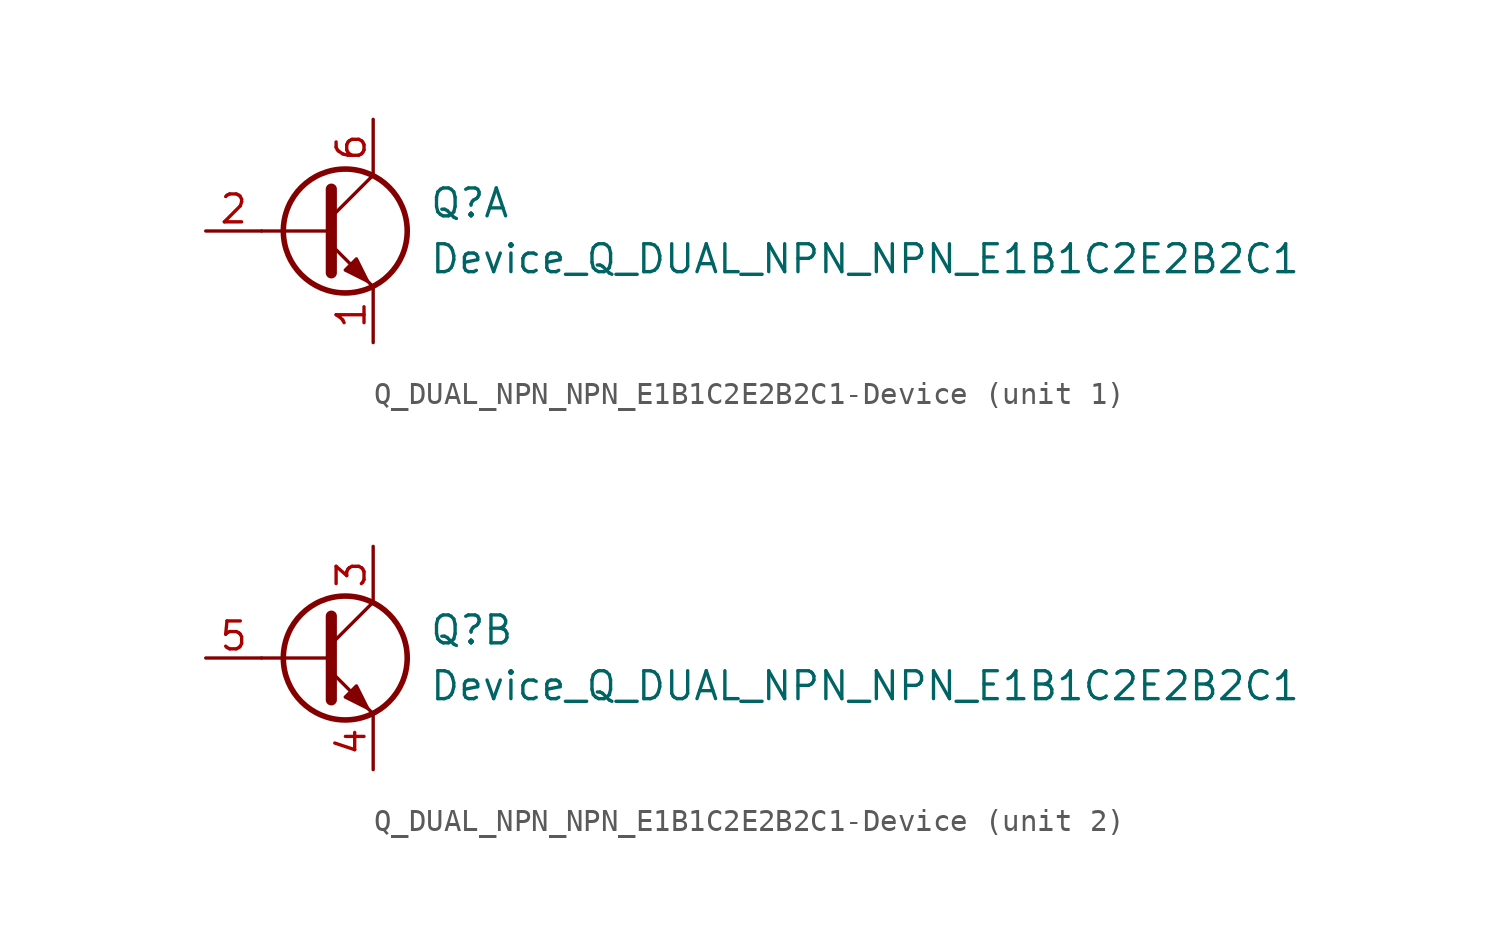
<source format=kicad_sym>
(kicad_symbol_lib
  (version 20231120)
  (generator "kicad_symbol_editor")
  (generator_version "8.0")
  (symbol "Q_DUAL_NPN_NPN_E1B1C2E2B2C1-Device"
    (pin_names
      (offset 0) hide)
    (property "Reference" "Q"
      (at 5.08 1.27 0)
      (effects (font (size 1.27 1.27)) (justify left)))
    (property "Value" "Device_Q_DUAL_NPN_NPN_E1B1C2E2B2C1"
      (at 5.08 -1.27 0)
      (effects (font (size 1.27 1.27)) (justify left)))
    (property "ki_locked" ""
      (at 0 0 0)
      (effects (font (size 1.27 1.27))))
    (symbol "Q_DUAL_NPN_NPN_E1B1C2E2B2C1-Device_0_1"
      (polyline (pts (xy 0.635 0) (xy -2.54 0)) (stroke (width 0) (type solid)) (fill (type none)))
      (polyline (pts (xy 0.635 0.635) (xy 2.54 2.54)) (stroke (width 0) (type solid)) (fill (type none)))
      (polyline (pts (xy 0.635 -0.635) (xy 2.54 -2.54) (xy 2.54 -2.54)) (stroke (width 0) (type solid)) (fill (type none)))
      (polyline (pts (xy 0.635 1.905) (xy 0.635 -1.905) (xy 0.635 -1.905)) (stroke (width 0.508) (type solid)) (fill (type none)))
      (polyline (pts (xy 1.27 -1.778) (xy 1.778 -1.27) (xy 2.286 -2.286) (xy 1.27 -1.778) (xy 1.27 -1.778)) (stroke (width 0) (type solid)) (fill (type outline)))
      (circle (center 1.27 0) (radius 2.819) (stroke (width 0.254) (type solid)) (fill (type none))))
    (symbol "Q_DUAL_NPN_NPN_E1B1C2E2B2C1-Device_1_1"
      (pin passive line (at 2.54 -5.08 90) (length 2.54) (name "E1" (effects (font (size 1.27 1.27)))) (number "1" (effects (font (size 1.27 1.27)))))
      (pin input line (at -5.08 0 0) (length 2.54) (name "B1" (effects (font (size 1.27 1.27)))) (number "2" (effects (font (size 1.27 1.27)))))
      (pin passive line (at 2.54 5.08 270) (length 2.54) (name "C1" (effects (font (size 1.27 1.27)))) (number "6" (effects (font (size 1.27 1.27))))))
    (symbol "Q_DUAL_NPN_NPN_E1B1C2E2B2C1-Device_2_1"
      (pin passive line (at 2.54 5.08 270) (length 2.54) (name "C2" (effects (font (size 1.27 1.27)))) (number "3" (effects (font (size 1.27 1.27)))))
      (pin passive line (at 2.54 -5.08 90) (length 2.54) (name "E2" (effects (font (size 1.27 1.27)))) (number "4" (effects (font (size 1.27 1.27)))))
      (pin input line (at -5.08 0 0) (length 2.54) (name "B2" (effects (font (size 1.27 1.27)))) (number "5" (effects (font (size 1.27 1.27))))))))
</source>
